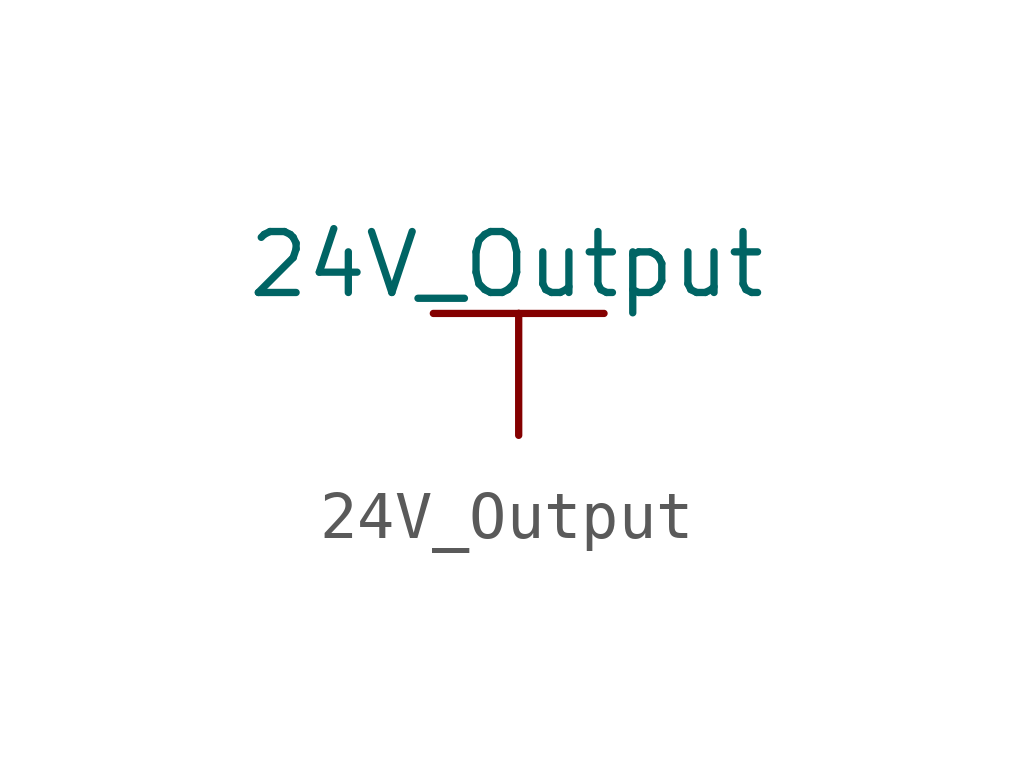
<source format=kicad_sym>
(kicad_symbol_lib
  (version 20220914)
  (generator kicad_symbol_editor)
  (symbol "24V_Output"
    (power)
    (pin_numbers hide)
    (pin_names
      (offset 0) hide)
    (property "Reference" "#PWR"
      (at 0 -3.81 0)
      (effects (font (size 1.27 1.27)) hide))
    (property "Value" "24V_Output"
      (at -0.254 3.556 0)
      (effects (font (size 1.27 1.27))))
    (property "Footprint" ""
      (at 0 0 0)
      (effects (font (size 1.524 1.524))))
    (property "Datasheet" ""
      (at 0 0 0)
      (effects (font (size 1.524 1.524))))
    (symbol "24V_Output_0_1"
      (polyline (pts (xy -1.778 2.54) (xy 0 2.54)) (stroke (width 0) (type default)) (fill (type none)))
      (polyline (pts (xy 0 0) (xy 0 2.54)) (stroke (width 0) (type default)) (fill (type none)))
      (polyline (pts (xy 0 2.54) (xy 1.778 2.54)) (stroke (width 0) (type default)) (fill (type none))))
    (symbol "24V_Output_1_1"
      (pin power_in line (at 0 0 90) (length 0) hide (name "24V_Output" (effects (font (size 1.27 1.27)))) (number "1" (effects (font (size 1.27 1.27))))))))
</source>
